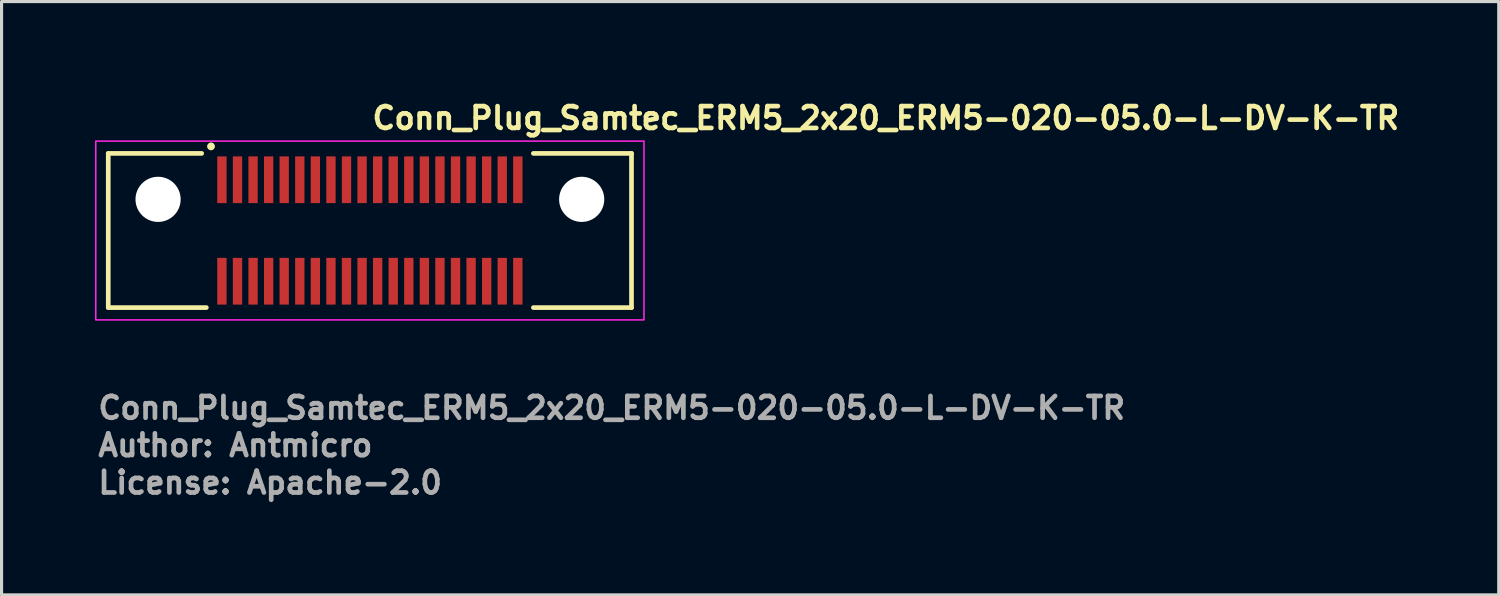
<source format=kicad_pcb>
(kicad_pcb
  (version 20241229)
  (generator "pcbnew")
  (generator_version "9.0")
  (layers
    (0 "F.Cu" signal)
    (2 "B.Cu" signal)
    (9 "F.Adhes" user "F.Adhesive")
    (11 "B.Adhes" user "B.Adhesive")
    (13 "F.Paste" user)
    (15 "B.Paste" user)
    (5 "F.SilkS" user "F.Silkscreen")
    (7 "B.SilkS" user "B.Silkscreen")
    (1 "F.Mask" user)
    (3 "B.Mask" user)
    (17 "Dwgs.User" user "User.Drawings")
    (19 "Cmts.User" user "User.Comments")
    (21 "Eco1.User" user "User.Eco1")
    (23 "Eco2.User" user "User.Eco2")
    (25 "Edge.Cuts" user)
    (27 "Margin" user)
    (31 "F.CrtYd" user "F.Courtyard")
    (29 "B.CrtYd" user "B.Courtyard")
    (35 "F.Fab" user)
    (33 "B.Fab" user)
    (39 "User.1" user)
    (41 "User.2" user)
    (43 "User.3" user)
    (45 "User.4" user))
  (footprint "Conn_Plug_Samtec_ERM5_2x20_ERM5-020-05.0-L-DV-K-TR"
    (layer "F.Cu")
    (at 8.825 4.35)
    (property "Reference" "Conn_Plug_Samtec_ERM5_2x20_ERM5-020-05.0-L-DV-K-TR" (at 0 -3.2 0) (layer "F.SilkS") (effects (font (size 0.7 0.7) (thickness 0.15)) (justify left bottom)))
    (attr smd)
    (fp_line (start -8.4 -2.475) (end -8.4 2.475) (stroke (width 0.15) (type solid)) (layer "F.SilkS"))
    (fp_line (start -8.4 -2.475) (end -5.4 -2.475) (stroke (width 0.15) (type solid)) (layer "F.SilkS"))
    (fp_line (start -8.4 2.475) (end -5.25 2.475) (stroke (width 0.15) (type solid)) (layer "F.SilkS"))
    (fp_line (start 8.4 -2.475) (end 5.25 -2.475) (stroke (width 0.15) (type solid)) (layer "F.SilkS"))
    (fp_line (start 8.4 -2.475) (end 8.4 2.475) (stroke (width 0.15) (type solid)) (layer "F.SilkS"))
    (fp_line (start 8.4 2.475) (end 5.25 2.475) (stroke (width 0.15) (type solid)) (layer "F.SilkS"))
    (fp_circle (center -5.1 -2.7) (end -5.05 -2.7) (stroke (width 0.15) (type solid)) (fill yes) (layer "F.SilkS"))
    (fp_rect (start -8.8 -2.87) (end 8.8 2.87) (stroke (width 0.05) (type solid)) (fill no) (layer "F.CrtYd"))
    (fp_rect (start -8.4 -2.475) (end 8.4 2.475) (stroke (width 0.1) (type solid)) (fill no) (layer "User.5"))
    (fp_line (start -8.4 -0.975) (end -8.4 2.475) (stroke (width 0.02) (type solid)) (layer "User.9"))
    (fp_line (start -8.4 2.475) (end 8.4 2.475) (stroke (width 0.02) (type solid)) (layer "User.9"))
    (fp_line (start -7.5 0.525) (end -7.5 -0.525) (stroke (width 0.02) (type solid)) (layer "User.9"))
    (fp_line (start -7.5 0.525) (end -7.095 0.929) (stroke (width 0.02) (type solid)) (layer "User.9"))
    (fp_line (start -7.095 -0.929) (end -7.5 -0.525) (stroke (width 0.02) (type solid)) (layer "User.9"))
    (fp_line (start -7.095 0.929) (end -6.8 1.225) (stroke (width 0.02) (type solid)) (layer "User.9"))
    (fp_line (start -7.095 0.929) (end -6.572 0.301) (stroke (width 0.02) (type solid)) (layer "User.9"))
    (fp_line (start -6.9 -2.475) (end -8.4 -0.975) (stroke (width 0.02) (type solid)) (layer "User.9"))
    (fp_line (start -6.8 -1.225) (end -7.095 -0.929) (stroke (width 0.02) (type solid)) (layer "User.9"))
    (fp_line (start -6.572 -0.301) (end -7.095 -0.929) (stroke (width 0.02) (type solid)) (layer "User.9"))
    (fp_line (start -6.572 -0.301) (end -6.572 0.301) (stroke (width 0.02) (type solid)) (layer "User.9"))
    (fp_line (start -6.572 0.301) (end -6.335 0.301) (stroke (width 0.02) (type solid)) (layer "User.9"))
    (fp_line (start -6.335 -0.301) (end -6.572 -0.301) (stroke (width 0.02) (type solid)) (layer "User.9"))
    (fp_line (start -6.335 0.301) (end -6.335 -0.301) (stroke (width 0.02) (type solid)) (layer "User.9"))
    (fp_line (start -6.335 0.301) (end -5.7 1.225) (stroke (width 0.02) (type solid)) (layer "User.9"))
    (fp_line (start -5.7 -1.225) (end -6.8 -1.225) (stroke (width 0.02) (type solid)) (layer "User.9"))
    (fp_line (start -5.7 -1.225) (end -6.335 -0.301) (stroke (width 0.02) (type solid)) (layer "User.9"))
    (fp_line (start -5.7 -1.025) (end -5.7 -1.225) (stroke (width 0.02) (type solid)) (layer "User.9"))
    (fp_line (start -5.7 1.025) (end -5.7 -1.025) (stroke (width 0.02) (type solid)) (layer "User.9"))
    (fp_line (start -5.7 1.225) (end -6.8 1.225) (stroke (width 0.02) (type solid)) (layer "User.9"))
    (fp_line (start -5.7 1.225) (end -5.7 1.025) (stroke (width 0.02) (type solid)) (layer "User.9"))
    (fp_line (start -4.849 -1.274) (end -4.849 -1.225) (stroke (width 0.02) (type solid)) (layer "User.9"))
    (fp_line (start -4.849 -1.225) (end -5.7 -1.225) (stroke (width 0.02) (type solid)) (layer "User.9"))
    (fp_line (start -4.849 -1.225) (end -4.849 -1.025) (stroke (width 0.02) (type solid)) (layer "User.9"))
    (fp_line (start -4.849 -1.025) (end -4.849 1.025) (stroke (width 0.02) (type solid)) (layer "User.9"))
    (fp_line (start -4.849 1.025) (end -4.849 1.225) (stroke (width 0.02) (type solid)) (layer "User.9"))
    (fp_line (start -4.849 1.225) (end -5.7 1.225) (stroke (width 0.02) (type solid)) (layer "User.9"))
    (fp_line (start -4.849 1.225) (end -4.849 1.274) (stroke (width 0.02) (type solid)) (layer "User.9"))
    (fp_line (start -4.65 -1.274) (end -4.849 -1.274) (stroke (width 0.02) (type solid)) (layer "User.9"))
    (fp_line (start -4.65 -1.225) (end -4.65 -1.274) (stroke (width 0.02) (type solid)) (layer "User.9"))
    (fp_line (start -4.65 -1.225) (end -4.65 -1.025) (stroke (width 0.02) (type solid)) (layer "User.9"))
    (fp_line (start -4.65 -1.025) (end -4.65 1.025) (stroke (width 0.02) (type solid)) (layer "User.9"))
    (fp_line (start -4.65 -0.925) (end -4.849 -0.925) (stroke (width 0.02) (type solid)) (layer "User.9"))
    (fp_line (start -4.65 -0.838) (end -4.849 -0.838) (stroke (width 0.02) (type solid)) (layer "User.9"))
    (fp_line (start -4.65 -0.2) (end -4.849 -0.2) (stroke (width 0.02) (type solid)) (layer "User.9"))
    (fp_line (start -4.65 0.2) (end -4.849 0.2) (stroke (width 0.02) (type solid)) (layer "User.9"))
    (fp_line (start -4.65 0.838) (end -4.849 0.838) (stroke (width 0.02) (type solid)) (layer "User.9"))
    (fp_line (start -4.65 0.925) (end -4.849 0.925) (stroke (width 0.02) (type solid)) (layer "User.9"))
    (fp_line (start -4.65 1.025) (end -4.65 1.225) (stroke (width 0.02) (type solid)) (layer "User.9"))
    (fp_line (start -4.65 1.225) (end -4.65 1.274) (stroke (width 0.02) (type solid)) (layer "User.9"))
    (fp_line (start -4.65 1.274) (end -4.849 1.274) (stroke (width 0.02) (type solid)) (layer "User.9"))
    (fp_line (start -4.35 -1.274) (end -4.35 -1.225) (stroke (width 0.02) (type solid)) (layer "User.9"))
    (fp_line (start -4.35 -1.225) (end -4.65 -1.225) (stroke (width 0.02) (type solid)) (layer "User.9"))
    (fp_line (start -4.35 -1.225) (end -4.35 -1.025) (stroke (width 0.02) (type solid)) (layer "User.9"))
    (fp_line (start -4.35 -1.025) (end -4.35 1.025) (stroke (width 0.02) (type solid)) (layer "User.9"))
    (fp_line (start -4.35 1.025) (end -4.35 1.225) (stroke (width 0.02) (type solid)) (layer "User.9"))
    (fp_line (start -4.35 1.225) (end -4.65 1.225) (stroke (width 0.02) (type solid)) (layer "User.9"))
    (fp_line (start -4.35 1.274) (end -4.35 1.225) (stroke (width 0.02) (type solid)) (layer "User.9"))
    (fp_line (start -4.15 -1.274) (end -4.35 -1.274) (stroke (width 0.02) (type solid)) (layer "User.9"))
    (fp_line (start -4.15 -1.225) (end -4.15 -1.274) (stroke (width 0.02) (type solid)) (layer "User.9"))
    (fp_line (start -4.15 -1.225) (end -4.15 -1.025) (stroke (width 0.02) (type solid)) (layer "User.9"))
    (fp_line (start -4.15 -1.025) (end -4.15 1.025) (stroke (width 0.02) (type solid)) (layer "User.9"))
    (fp_line (start -4.15 -0.925) (end -4.35 -0.925) (stroke (width 0.02) (type solid)) (layer "User.9"))
    (fp_line (start -4.15 -0.838) (end -4.35 -0.838) (stroke (width 0.02) (type solid)) (layer "User.9"))
    (fp_line (start -4.15 -0.2) (end -4.35 -0.2) (stroke (width 0.02) (type solid)) (layer "User.9"))
    (fp_line (start -4.15 0.2) (end -4.35 0.2) (stroke (width 0.02) (type solid)) (layer "User.9"))
    (fp_line (start -4.15 0.838) (end -4.35 0.838) (stroke (width 0.02) (type solid)) (layer "User.9"))
    (fp_line (start -4.15 0.925) (end -4.35 0.925) (stroke (width 0.02) (type solid)) (layer "User.9"))
    (fp_line (start -4.15 1.025) (end -4.15 1.225) (stroke (width 0.02) (type solid)) (layer "User.9"))
    (fp_line (start -4.15 1.225) (end -4.15 1.274) (stroke (width 0.02) (type solid)) (layer "User.9"))
    (fp_line (start -4.15 1.274) (end -4.35 1.274) (stroke (width 0.02) (type solid)) (layer "User.9"))
    (fp_line (start -3.85 -1.274) (end -3.85 -1.225) (stroke (width 0.02) (type solid)) (layer "User.9"))
    (fp_line (start -3.85 -1.225) (end -4.15 -1.225) (stroke (width 0.02) (type solid)) (layer "User.9"))
    (fp_line (start -3.85 -1.225) (end -3.85 -1.025) (stroke (width 0.02) (type solid)) (layer "User.9"))
    (fp_line (start -3.85 -1.025) (end -3.85 1.025) (stroke (width 0.02) (type solid)) (layer "User.9"))
    (fp_line (start -3.85 1.025) (end -3.85 1.225) (stroke (width 0.02) (type solid)) (layer "User.9"))
    (fp_line (start -3.85 1.225) (end -4.15 1.225) (stroke (width 0.02) (type solid)) (layer "User.9"))
    (fp_line (start -3.85 1.274) (end -3.85 1.225) (stroke (width 0.02) (type solid)) (layer "User.9"))
    (fp_line (start -3.65 -1.274) (end -3.85 -1.274) (stroke (width 0.02) (type solid)) (layer "User.9"))
    (fp_line (start -3.65 -1.225) (end -3.65 -1.274) (stroke (width 0.02) (type solid)) (layer "User.9"))
    (fp_line (start -3.65 -1.225) (end -3.65 -1.025) (stroke (width 0.02) (type solid)) (layer "User.9"))
    (fp_line (start -3.65 -1.025) (end -3.65 1.025) (stroke (width 0.02) (type solid)) (layer "User.9"))
    (fp_line (start -3.65 -0.925) (end -3.85 -0.925) (stroke (width 0.02) (type solid)) (layer "User.9"))
    (fp_line (start -3.65 -0.838) (end -3.85 -0.838) (stroke (width 0.02) (type solid)) (layer "User.9"))
    (fp_line (start -3.65 -0.2) (end -3.85 -0.2) (stroke (width 0.02) (type solid)) (layer "User.9"))
    (fp_line (start -3.65 0.2) (end -3.85 0.2) (stroke (width 0.02) (type solid)) (layer "User.9"))
    (fp_line (start -3.65 0.838) (end -3.85 0.838) (stroke (width 0.02) (type solid)) (layer "User.9"))
    (fp_line (start -3.65 0.925) (end -3.85 0.925) (stroke (width 0.02) (type solid)) (layer "User.9"))
    (fp_line (start -3.65 1.025) (end -3.65 1.225) (stroke (width 0.02) (type solid)) (layer "User.9"))
    (fp_line (start -3.65 1.225) (end -3.65 1.274) (stroke (width 0.02) (type solid)) (layer "User.9"))
    (fp_line (start -3.65 1.274) (end -3.85 1.274) (stroke (width 0.02) (type solid)) (layer "User.9"))
    (fp_line (start -3.35 -1.274) (end -3.35 -1.225) (stroke (width 0.02) (type solid)) (layer "User.9"))
    (fp_line (start -3.35 -1.225) (end -3.65 -1.225) (stroke (width 0.02) (type solid)) (layer "User.9"))
    (fp_line (start -3.35 -1.225) (end -3.35 -1.025) (stroke (width 0.02) (type solid)) (layer "User.9"))
    (fp_line (start -3.35 -1.025) (end -3.35 1.025) (stroke (width 0.02) (type solid)) (layer "User.9"))
    (fp_line (start -3.35 1.025) (end -3.35 1.225) (stroke (width 0.02) (type solid)) (layer "User.9"))
    (fp_line (start -3.35 1.225) (end -3.65 1.225) (stroke (width 0.02) (type solid)) (layer "User.9"))
    (fp_line (start -3.35 1.274) (end -3.35 1.225) (stroke (width 0.02) (type solid)) (layer "User.9"))
    (fp_line (start -3.15 -1.274) (end -3.35 -1.274) (stroke (width 0.02) (type solid)) (layer "User.9"))
    (fp_line (start -3.15 -1.225) (end -3.15 -1.274) (stroke (width 0.02) (type solid)) (layer "User.9"))
    (fp_line (start -3.15 -1.225) (end -3.15 -1.025) (stroke (width 0.02) (type solid)) (layer "User.9"))
    (fp_line (start -3.15 -1.025) (end -3.15 1.025) (stroke (width 0.02) (type solid)) (layer "User.9"))
    (fp_line (start -3.15 -0.925) (end -3.35 -0.925) (stroke (width 0.02) (type solid)) (layer "User.9"))
    (fp_line (start -3.15 -0.838) (end -3.35 -0.838) (stroke (width 0.02) (type solid)) (layer "User.9"))
    (fp_line (start -3.15 -0.2) (end -3.35 -0.2) (stroke (width 0.02) (type solid)) (layer "User.9"))
    (fp_line (start -3.15 0.2) (end -3.35 0.2) (stroke (width 0.02) (type solid)) (layer "User.9"))
    (fp_line (start -3.15 0.838) (end -3.35 0.838) (stroke (width 0.02) (type solid)) (layer "User.9"))
    (fp_line (start -3.15 0.925) (end -3.35 0.925) (stroke (width 0.02) (type solid)) (layer "User.9"))
    (fp_line (start -3.15 1.025) (end -3.15 1.225) (stroke (width 0.02) (type solid)) (layer "User.9"))
    (fp_line (start -3.15 1.225) (end -3.15 1.274) (stroke (width 0.02) (type solid)) (layer "User.9"))
    (fp_line (start -3.15 1.274) (end -3.35 1.274) (stroke (width 0.02) (type solid)) (layer "User.9"))
    (fp_line (start -2.85 -1.274) (end -2.85 -1.225) (stroke (width 0.02) (type solid)) (layer "User.9"))
    (fp_line (start -2.85 -1.225) (end -3.15 -1.225) (stroke (width 0.02) (type solid)) (layer "User.9"))
    (fp_line (start -2.85 -1.225) (end -2.85 -1.025) (stroke (width 0.02) (type solid)) (layer "User.9"))
    (fp_line (start -2.85 -1.025) (end -2.85 1.025) (stroke (width 0.02) (type solid)) (layer "User.9"))
    (fp_line (start -2.85 1.025) (end -2.85 1.225) (stroke (width 0.02) (type solid)) (layer "User.9"))
    (fp_line (start -2.85 1.225) (end -3.15 1.225) (stroke (width 0.02) (type solid)) (layer "User.9"))
    (fp_line (start -2.85 1.274) (end -2.85 1.225) (stroke (width 0.02) (type solid)) (layer "User.9"))
    (fp_line (start -2.65 -1.274) (end -2.85 -1.274) (stroke (width 0.02) (type solid)) (layer "User.9"))
    (fp_line (start -2.65 -1.225) (end -2.65 -1.274) (stroke (width 0.02) (type solid)) (layer "User.9"))
    (fp_line (start -2.65 -1.225) (end -2.65 -1.025) (stroke (width 0.02) (type solid)) (layer "User.9"))
    (fp_line (start -2.65 -1.025) (end -2.65 1.025) (stroke (width 0.02) (type solid)) (layer "User.9"))
    (fp_line (start -2.65 -0.925) (end -2.85 -0.925) (stroke (width 0.02) (type solid)) (layer "User.9"))
    (fp_line (start -2.65 -0.838) (end -2.85 -0.838) (stroke (width 0.02) (type solid)) (layer "User.9"))
    (fp_line (start -2.65 -0.2) (end -2.85 -0.2) (stroke (width 0.02) (type solid)) (layer "User.9"))
    (fp_line (start -2.65 0.2) (end -2.85 0.2) (stroke (width 0.02) (type solid)) (layer "User.9"))
    (fp_line (start -2.65 0.838) (end -2.85 0.838) (stroke (width 0.02) (type solid)) (layer "User.9"))
    (fp_line (start -2.65 0.925) (end -2.85 0.925) (stroke (width 0.02) (type solid)) (layer "User.9"))
    (fp_line (start -2.65 1.025) (end -2.65 1.225) (stroke (width 0.02) (type solid)) (layer "User.9"))
    (fp_line (start -2.65 1.225) (end -2.65 1.274) (stroke (width 0.02) (type solid)) (layer "User.9"))
    (fp_line (start -2.65 1.274) (end -2.85 1.274) (stroke (width 0.02) (type solid)) (layer "User.9"))
    (fp_line (start -2.35 -1.274) (end -2.35 -1.225) (stroke (width 0.02) (type solid)) (layer "User.9"))
    (fp_line (start -2.35 -1.225) (end -2.65 -1.225) (stroke (width 0.02) (type solid)) (layer "User.9"))
    (fp_line (start -2.35 -1.225) (end -2.35 -1.025) (stroke (width 0.02) (type solid)) (layer "User.9"))
    (fp_line (start -2.35 -1.025) (end -2.35 1.025) (stroke (width 0.02) (type solid)) (layer "User.9"))
    (fp_line (start -2.35 1.025) (end -2.35 1.225) (stroke (width 0.02) (type solid)) (layer "User.9"))
    (fp_line (start -2.35 1.225) (end -2.65 1.225) (stroke (width 0.02) (type solid)) (layer "User.9"))
    (fp_line (start -2.35 1.274) (end -2.35 1.225) (stroke (width 0.02) (type solid)) (layer "User.9"))
    (fp_line (start -2.15 -1.274) (end -2.35 -1.274) (stroke (width 0.02) (type solid)) (layer "User.9"))
    (fp_line (start -2.15 -1.225) (end -2.15 -1.274) (stroke (width 0.02) (type solid)) (layer "User.9"))
    (fp_line (start -2.15 -1.225) (end -2.15 -1.025) (stroke (width 0.02) (type solid)) (layer "User.9"))
    (fp_line (start -2.15 -1.025) (end -2.15 1.025) (stroke (width 0.02) (type solid)) (layer "User.9"))
    (fp_line (start -2.15 -0.925) (end -2.35 -0.925) (stroke (width 0.02) (type solid)) (layer "User.9"))
    (fp_line (start -2.15 -0.838) (end -2.35 -0.838) (stroke (width 0.02) (type solid)) (layer "User.9"))
    (fp_line (start -2.15 -0.2) (end -2.35 -0.2) (stroke (width 0.02) (type solid)) (layer "User.9"))
    (fp_line (start -2.15 0.2) (end -2.35 0.2) (stroke (width 0.02) (type solid)) (layer "User.9"))
    (fp_line (start -2.15 0.838) (end -2.35 0.838) (stroke (width 0.02) (type solid)) (layer "User.9"))
    (fp_line (start -2.15 0.925) (end -2.35 0.925) (stroke (width 0.02) (type solid)) (layer "User.9"))
    (fp_line (start -2.15 1.025) (end -2.15 1.225) (stroke (width 0.02) (type solid)) (layer "User.9"))
    (fp_line (start -2.15 1.225) (end -2.15 1.274) (stroke (width 0.02) (type solid)) (layer "User.9"))
    (fp_line (start -2.15 1.274) (end -2.35 1.274) (stroke (width 0.02) (type solid)) (layer "User.9"))
    (fp_line (start -1.85 -1.274) (end -1.85 -1.225) (stroke (width 0.02) (type solid)) (layer "User.9"))
    (fp_line (start -1.85 -1.225) (end -2.15 -1.225) (stroke (width 0.02) (type solid)) (layer "User.9"))
    (fp_line (start -1.85 -1.225) (end -1.85 -1.025) (stroke (width 0.02) (type solid)) (layer "User.9"))
    (fp_line (start -1.85 -1.025) (end -1.85 1.025) (stroke (width 0.02) (type solid)) (layer "User.9"))
    (fp_line (start -1.85 1.025) (end -1.85 1.225) (stroke (width 0.02) (type solid)) (layer "User.9"))
    (fp_line (start -1.85 1.225) (end -2.15 1.225) (stroke (width 0.02) (type solid)) (layer "User.9"))
    (fp_line (start -1.85 1.274) (end -1.85 1.225) (stroke (width 0.02) (type solid)) (layer "User.9"))
    (fp_line (start -1.75 0) (end -1.75 0) (stroke (width 0.02) (type solid)) (layer "User.9"))
    (fp_line (start -1.75 0) (end -1.747 0.09) (stroke (width 0.02) (type solid)) (layer "User.9"))
    (fp_line (start -1.747 -0.09) (end -1.75 0) (stroke (width 0.02) (type solid)) (layer "User.9"))
    (fp_line (start -1.747 0.09) (end -1.74 0.178) (stroke (width 0.02) (type solid)) (layer "User.9"))
    (fp_line (start -1.74 -0.178) (end -1.747 -0.09) (stroke (width 0.02) (type solid)) (layer "User.9"))
    (fp_line (start -1.74 0.178) (end -1.729 0.266) (stroke (width 0.02) (type solid)) (layer "User.9"))
    (fp_line (start -1.738 -0.2) (end -1.85 -0.2) (stroke (width 0.02) (type solid)) (layer "User.9"))
    (fp_line (start -1.738 0.2) (end -1.85 0.2) (stroke (width 0.02) (type solid)) (layer "User.9"))
    (fp_line (start -1.729 -0.266) (end -1.74 -0.178) (stroke (width 0.02) (type solid)) (layer "User.9"))
    (fp_line (start -1.729 0.266) (end -1.714 0.352) (stroke (width 0.02) (type solid)) (layer "User.9"))
    (fp_line (start -1.714 -0.352) (end -1.729 -0.266) (stroke (width 0.02) (type solid)) (layer "User.9"))
    (fp_line (start -1.714 0.352) (end -1.694 0.437) (stroke (width 0.02) (type solid)) (layer "User.9"))
    (fp_line (start -1.694 -0.437) (end -1.714 -0.352) (stroke (width 0.02) (type solid)) (layer "User.9"))
    (fp_line (start -1.694 0.437) (end -1.671 0.52) (stroke (width 0.02) (type solid)) (layer "User.9"))
    (fp_line (start -1.671 -0.52) (end -1.694 -0.437) (stroke (width 0.02) (type solid)) (layer "User.9"))
    (fp_line (start -1.671 0.52) (end -1.643 0.601) (stroke (width 0.02) (type solid)) (layer "User.9"))
    (fp_line (start -1.649 -1.274) (end -1.85 -1.274) (stroke (width 0.02) (type solid)) (layer "User.9"))
    (fp_line (start -1.649 -1.225) (end -1.649 -1.274) (stroke (width 0.02) (type solid)) (layer "User.9"))
    (fp_line (start -1.649 -1.225) (end -1.649 -1.025) (stroke (width 0.02) (type solid)) (layer "User.9"))
    (fp_line (start -1.649 -1.025) (end -1.649 -0.583) (stroke (width 0.02) (type solid)) (layer "User.9"))
    (fp_line (start -1.649 -0.925) (end -1.85 -0.925) (stroke (width 0.02) (type solid)) (layer "User.9"))
    (fp_line (start -1.649 -0.838) (end -1.85 -0.838) (stroke (width 0.02) (type solid)) (layer "User.9"))
    (fp_line (start -1.649 0.583) (end -1.649 1.025) (stroke (width 0.02) (type solid)) (layer "User.9"))
    (fp_line (start -1.649 0.838) (end -1.85 0.838) (stroke (width 0.02) (type solid)) (layer "User.9"))
    (fp_line (start -1.649 0.925) (end -1.85 0.925) (stroke (width 0.02) (type solid)) (layer "User.9"))
    (fp_line (start -1.649 1.025) (end -1.649 1.225) (stroke (width 0.02) (type solid)) (layer "User.9"))
    (fp_line (start -1.649 1.225) (end -1.649 1.274) (stroke (width 0.02) (type solid)) (layer "User.9"))
    (fp_line (start -1.649 1.274) (end -1.85 1.274) (stroke (width 0.02) (type solid)) (layer "User.9"))
    (fp_line (start -1.643 -0.601) (end -1.671 -0.52) (stroke (width 0.02) (type solid)) (layer "User.9"))
    (fp_line (start -1.643 0.601) (end -1.612 0.681) (stroke (width 0.02) (type solid)) (layer "User.9"))
    (fp_line (start -1.612 -0.681) (end -1.643 -0.601) (stroke (width 0.02) (type solid)) (layer "User.9"))
    (fp_line (start -1.612 0.681) (end -1.577 0.758) (stroke (width 0.02) (type solid)) (layer "User.9"))
    (fp_line (start -1.577 -0.758) (end -1.612 -0.681) (stroke (width 0.02) (type solid)) (layer "User.9"))
    (fp_line (start -1.577 0.758) (end -1.538 0.834) (stroke (width 0.02) (type solid)) (layer "User.9"))
    (fp_line (start -1.538 -0.834) (end -1.577 -0.758) (stroke (width 0.02) (type solid)) (layer "User.9"))
    (fp_line (start -1.538 0.834) (end -1.496 0.907) (stroke (width 0.02) (type solid)) (layer "User.9"))
    (fp_line (start -1.496 -0.907) (end -1.538 -0.834) (stroke (width 0.02) (type solid)) (layer "User.9"))
    (fp_line (start -1.496 0.907) (end -1.451 0.978) (stroke (width 0.02) (type solid)) (layer "User.9"))
    (fp_line (start -1.451 -0.978) (end -1.496 -0.907) (stroke (width 0.02) (type solid)) (layer "User.9"))
    (fp_line (start -1.451 0.978) (end -1.402 1.047) (stroke (width 0.02) (type solid)) (layer "User.9"))
    (fp_line (start -1.402 -1.047) (end -1.451 -0.978) (stroke (width 0.02) (type solid)) (layer "User.9"))
    (fp_line (start -1.402 1.047) (end -1.35 1.113) (stroke (width 0.02) (type solid)) (layer "User.9"))
    (fp_line (start -1.35 -1.274) (end -1.35 -1.225) (stroke (width 0.02) (type solid)) (layer "User.9"))
    (fp_line (start -1.35 -1.225) (end -1.649 -1.225) (stroke (width 0.02) (type solid)) (layer "User.9"))
    (fp_line (start -1.35 -1.225) (end -1.35 -1.113) (stroke (width 0.02) (type solid)) (layer "User.9"))
    (fp_line (start -1.35 -1.113) (end -1.402 -1.047) (stroke (width 0.02) (type solid)) (layer "User.9"))
    (fp_line (start -1.35 1.113) (end -1.35 1.225) (stroke (width 0.02) (type solid)) (layer "User.9"))
    (fp_line (start -1.35 1.113) (end -1.295 1.176) (stroke (width 0.02) (type solid)) (layer "User.9"))
    (fp_line (start -1.35 1.225) (end -1.649 1.225) (stroke (width 0.02) (type solid)) (layer "User.9"))
    (fp_line (start -1.35 1.274) (end -1.35 1.225) (stroke (width 0.02) (type solid)) (layer "User.9"))
    (fp_line (start -1.295 -1.176) (end -1.35 -1.113) (stroke (width 0.02) (type solid)) (layer "User.9"))
    (fp_line (start -1.295 1.176) (end -1.237 1.237) (stroke (width 0.02) (type solid)) (layer "User.9"))
    (fp_line (start -1.237 -1.237) (end -1.295 -1.176) (stroke (width 0.02) (type solid)) (layer "User.9"))
    (fp_line (start -1.237 1.237) (end -1.176 1.295) (stroke (width 0.02) (type solid)) (layer "User.9"))
    (fp_line (start -1.198 -1.274) (end -1.35 -1.274) (stroke (width 0.02) (type solid)) (layer "User.9"))
    (fp_line (start -1.198 1.274) (end -1.35 1.274) (stroke (width 0.02) (type solid)) (layer "User.9"))
    (fp_line (start -1.176 -1.295) (end -1.237 -1.237) (stroke (width 0.02) (type solid)) (layer "User.9"))
    (fp_line (start -1.176 1.295) (end -1.113 1.35) (stroke (width 0.02) (type solid)) (layer "User.9"))
    (fp_line (start -1.113 -1.35) (end -1.176 -1.295) (stroke (width 0.02) (type solid)) (layer "User.9"))
    (fp_line (start -1.113 1.35) (end -1.047 1.402) (stroke (width 0.02) (type solid)) (layer "User.9"))
    (fp_line (start -1.047 -1.402) (end -1.113 -1.35) (stroke (width 0.02) (type solid)) (layer "User.9"))
    (fp_line (start -1.047 1.402) (end -0.978 1.451) (stroke (width 0.02) (type solid)) (layer "User.9"))
    (fp_line (start -0.978 -1.451) (end -1.047 -1.402) (stroke (width 0.02) (type solid)) (layer "User.9"))
    (fp_line (start -0.978 1.451) (end -0.907 1.496) (stroke (width 0.02) (type solid)) (layer "User.9"))
    (fp_line (start -0.907 -1.496) (end -0.978 -1.451) (stroke (width 0.02) (type solid)) (layer "User.9"))
    (fp_line (start -0.907 1.496) (end -0.834 1.538) (stroke (width 0.02) (type solid)) (layer "User.9"))
    (fp_line (start -0.834 -1.538) (end -0.907 -1.496) (stroke (width 0.02) (type solid)) (layer "User.9"))
    (fp_line (start -0.834 1.538) (end -0.758 1.577) (stroke (width 0.02) (type solid)) (layer "User.9"))
    (fp_line (start -0.758 -1.577) (end -0.834 -1.538) (stroke (width 0.02) (type solid)) (layer "User.9"))
    (fp_line (start -0.758 1.577) (end -0.681 1.612) (stroke (width 0.02) (type solid)) (layer "User.9"))
    (fp_line (start -0.681 -1.612) (end -0.758 -1.577) (stroke (width 0.02) (type solid)) (layer "User.9"))
    (fp_line (start -0.681 1.612) (end -0.601 1.643) (stroke (width 0.02) (type solid)) (layer "User.9"))
    (fp_line (start -0.601 -1.643) (end -0.681 -1.612) (stroke (width 0.02) (type solid)) (layer "User.9"))
    (fp_line (start -0.601 1.643) (end -0.52 1.671) (stroke (width 0.02) (type solid)) (layer "User.9"))
    (fp_line (start -0.52 -1.671) (end -0.601 -1.643) (stroke (width 0.02) (type solid)) (layer "User.9"))
    (fp_line (start -0.52 1.671) (end -0.437 1.694) (stroke (width 0.02) (type solid)) (layer "User.9"))
    (fp_line (start -0.437 -1.694) (end -0.52 -1.671) (stroke (width 0.02) (type solid)) (layer "User.9"))
    (fp_line (start -0.437 1.694) (end -0.352 1.714) (stroke (width 0.02) (type solid)) (layer "User.9"))
    (fp_line (start -0.352 -1.714) (end -0.437 -1.694) (stroke (width 0.02) (type solid)) (layer "User.9"))
    (fp_line (start -0.352 1.714) (end -0.266 1.729) (stroke (width 0.02) (type solid)) (layer "User.9"))
    (fp_line (start -0.266 -1.729) (end -0.352 -1.714) (stroke (width 0.02) (type solid)) (layer "User.9"))
    (fp_line (start -0.266 1.729) (end -0.178 1.74) (stroke (width 0.02) (type solid)) (layer "User.9"))
    (fp_line (start -0.178 -1.74) (end -0.266 -1.729) (stroke (width 0.02) (type solid)) (layer "User.9"))
    (fp_line (start -0.178 1.74) (end -0.09 1.747) (stroke (width 0.02) (type solid)) (layer "User.9"))
    (fp_line (start -0.09 -1.747) (end -0.178 -1.74) (stroke (width 0.02) (type solid)) (layer "User.9"))
    (fp_line (start -0.09 1.747) (end 0 1.75) (stroke (width 0.02) (type solid)) (layer "User.9"))
    (fp_line (start 0 -1.75) (end -0.09 -1.747) (stroke (width 0.02) (type solid)) (layer "User.9"))
    (fp_line (start 0 -1.75) (end 0 -1.75) (stroke (width 0.02) (type solid)) (layer "User.9"))
    (fp_line (start 0 1.75) (end 0 1.75) (stroke (width 0.02) (type solid)) (layer "User.9"))
    (fp_line (start 0 1.75) (end 0.09 1.747) (stroke (width 0.02) (type solid)) (layer "User.9"))
    (fp_line (start 0.09 -1.747) (end 0 -1.75) (stroke (width 0.02) (type solid)) (layer "User.9"))
    (fp_line (start 0.09 1.747) (end 0.178 1.74) (stroke (width 0.02) (type solid)) (layer "User.9"))
    (fp_line (start 0.178 -1.74) (end 0.09 -1.747) (stroke (width 0.02) (type solid)) (layer "User.9"))
    (fp_line (start 0.178 1.74) (end 0.266 1.729) (stroke (width 0.02) (type solid)) (layer "User.9"))
    (fp_line (start 0.266 -1.729) (end 0.178 -1.74) (stroke (width 0.02) (type solid)) (layer "User.9"))
    (fp_line (start 0.266 1.729) (end 0.352 1.714) (stroke (width 0.02) (type solid)) (layer "User.9"))
    (fp_line (start 0.352 -1.714) (end 0.266 -1.729) (stroke (width 0.02) (type solid)) (layer "User.9"))
    (fp_line (start 0.352 1.714) (end 0.437 1.694) (stroke (width 0.02) (type solid)) (layer "User.9"))
    (fp_line (start 0.437 -1.694) (end 0.352 -1.714) (stroke (width 0.02) (type solid)) (layer "User.9"))
    (fp_line (start 0.437 1.694) (end 0.52 1.671) (stroke (width 0.02) (type solid)) (layer "User.9"))
    (fp_line (start 0.52 -1.671) (end 0.437 -1.694) (stroke (width 0.02) (type solid)) (layer "User.9"))
    (fp_line (start 0.52 1.671) (end 0.601 1.643) (stroke (width 0.02) (type solid)) (layer "User.9"))
    (fp_line (start 0.601 -1.643) (end 0.52 -1.671) (stroke (width 0.02) (type solid)) (layer "User.9"))
    (fp_line (start 0.601 1.643) (end 0.681 1.612) (stroke (width 0.02) (type solid)) (layer "User.9"))
    (fp_line (start 0.681 -1.612) (end 0.601 -1.643) (stroke (width 0.02) (type solid)) (layer "User.9"))
    (fp_line (start 0.681 1.612) (end 0.758 1.577) (stroke (width 0.02) (type solid)) (layer "User.9"))
    (fp_line (start 0.758 -1.577) (end 0.681 -1.612) (stroke (width 0.02) (type solid)) (layer "User.9"))
    (fp_line (start 0.758 1.577) (end 0.834 1.538) (stroke (width 0.02) (type solid)) (layer "User.9"))
    (fp_line (start 0.834 -1.538) (end 0.758 -1.577) (stroke (width 0.02) (type solid)) (layer "User.9"))
    (fp_line (start 0.834 1.538) (end 0.907 1.496) (stroke (width 0.02) (type solid)) (layer "User.9"))
    (fp_line (start 0.907 -1.496) (end 0.834 -1.538) (stroke (width 0.02) (type solid)) (layer "User.9"))
    (fp_line (start 0.907 1.496) (end 0.978 1.451) (stroke (width 0.02) (type solid)) (layer "User.9"))
    (fp_line (start 0.978 -1.451) (end 0.907 -1.496) (stroke (width 0.02) (type solid)) (layer "User.9"))
    (fp_line (start 0.978 1.451) (end 1.047 1.402) (stroke (width 0.02) (type solid)) (layer "User.9"))
    (fp_line (start 1.047 -1.402) (end 0.978 -1.451) (stroke (width 0.02) (type solid)) (layer "User.9"))
    (fp_line (start 1.047 1.402) (end 1.113 1.35) (stroke (width 0.02) (type solid)) (layer "User.9"))
    (fp_line (start 1.113 -1.35) (end 1.047 -1.402) (stroke (width 0.02) (type solid)) (layer "User.9"))
    (fp_line (start 1.113 1.35) (end 1.176 1.295) (stroke (width 0.02) (type solid)) (layer "User.9"))
    (fp_line (start 1.176 -1.295) (end 1.113 -1.35) (stroke (width 0.02) (type solid)) (layer "User.9"))
    (fp_line (start 1.176 1.295) (end 1.237 1.237) (stroke (width 0.02) (type solid)) (layer "User.9"))
    (fp_line (start 1.237 -1.237) (end 1.176 -1.295) (stroke (width 0.02) (type solid)) (layer "User.9"))
    (fp_line (start 1.237 1.237) (end 1.295 1.176) (stroke (width 0.02) (type solid)) (layer "User.9"))
    (fp_line (start 1.295 -1.176) (end 1.237 -1.237) (stroke (width 0.02) (type solid)) (layer "User.9"))
    (fp_line (start 1.295 1.176) (end 1.35 1.113) (stroke (width 0.02) (type solid)) (layer "User.9"))
    (fp_line (start 1.35 -1.274) (end 1.198 -1.274) (stroke (width 0.02) (type solid)) (layer "User.9"))
    (fp_line (start 1.35 -1.225) (end 1.35 -1.274) (stroke (width 0.02) (type solid)) (layer "User.9"))
    (fp_line (start 1.35 -1.225) (end 1.35 -1.113) (stroke (width 0.02) (type solid)) (layer "User.9"))
    (fp_line (start 1.35 -1.113) (end 1.295 -1.176) (stroke (width 0.02) (type solid)) (layer "User.9"))
    (fp_line (start 1.35 1.113) (end 1.35 1.225) (stroke (width 0.02) (type solid)) (layer "User.9"))
    (fp_line (start 1.35 1.113) (end 1.402 1.047) (stroke (width 0.02) (type solid)) (layer "User.9"))
    (fp_line (start 1.35 1.225) (end 1.35 1.274) (stroke (width 0.02) (type solid)) (layer "User.9"))
    (fp_line (start 1.35 1.274) (end 1.198 1.274) (stroke (width 0.02) (type solid)) (layer "User.9"))
    (fp_line (start 1.402 -1.047) (end 1.35 -1.113) (stroke (width 0.02) (type solid)) (layer "User.9"))
    (fp_line (start 1.402 1.047) (end 1.451 0.978) (stroke (width 0.02) (type solid)) (layer "User.9"))
    (fp_line (start 1.451 -0.978) (end 1.402 -1.047) (stroke (width 0.02) (type solid)) (layer "User.9"))
    (fp_line (start 1.451 0.978) (end 1.496 0.907) (stroke (width 0.02) (type solid)) (layer "User.9"))
    (fp_line (start 1.496 -0.907) (end 1.451 -0.978) (stroke (width 0.02) (type solid)) (layer "User.9"))
    (fp_line (start 1.496 0.907) (end 1.538 0.834) (stroke (width 0.02) (type solid)) (layer "User.9"))
    (fp_line (start 1.538 -0.834) (end 1.496 -0.907) (stroke (width 0.02) (type solid)) (layer "User.9"))
    (fp_line (start 1.538 0.834) (end 1.577 0.758) (stroke (width 0.02) (type solid)) (layer "User.9"))
    (fp_line (start 1.577 -0.758) (end 1.538 -0.834) (stroke (width 0.02) (type solid)) (layer "User.9"))
    (fp_line (start 1.577 0.758) (end 1.612 0.681) (stroke (width 0.02) (type solid)) (layer "User.9"))
    (fp_line (start 1.612 -0.681) (end 1.577 -0.758) (stroke (width 0.02) (type solid)) (layer "User.9"))
    (fp_line (start 1.612 0.681) (end 1.643 0.601) (stroke (width 0.02) (type solid)) (layer "User.9"))
    (fp_line (start 1.643 -0.601) (end 1.612 -0.681) (stroke (width 0.02) (type solid)) (layer "User.9"))
    (fp_line (start 1.643 0.601) (end 1.671 0.52) (stroke (width 0.02) (type solid)) (layer "User.9"))
    (fp_line (start 1.649 -1.274) (end 1.649 -1.225) (stroke (width 0.02) (type solid)) (layer "User.9"))
    (fp_line (start 1.649 -1.225) (end 1.35 -1.225) (stroke (width 0.02) (type solid)) (layer "User.9"))
    (fp_line (start 1.649 -1.225) (end 1.649 -1.025) (stroke (width 0.02) (type solid)) (layer "User.9"))
    (fp_line (start 1.649 -1.025) (end 1.649 -0.583) (stroke (width 0.02) (type solid)) (layer "User.9"))
    (fp_line (start 1.649 0.583) (end 1.649 1.025) (stroke (width 0.02) (type solid)) (layer "User.9"))
    (fp_line (start 1.649 1.025) (end 1.649 1.225) (stroke (width 0.02) (type solid)) (layer "User.9"))
    (fp_line (start 1.649 1.225) (end 1.35 1.225) (stroke (width 0.02) (type solid)) (layer "User.9"))
    (fp_line (start 1.649 1.274) (end 1.649 1.225) (stroke (width 0.02) (type solid)) (layer "User.9"))
    (fp_line (start 1.671 -0.52) (end 1.643 -0.601) (stroke (width 0.02) (type solid)) (layer "User.9"))
    (fp_line (start 1.671 0.52) (end 1.694 0.437) (stroke (width 0.02) (type solid)) (layer "User.9"))
    (fp_line (start 1.694 -0.437) (end 1.671 -0.52) (stroke (width 0.02) (type solid)) (layer "User.9"))
    (fp_line (start 1.694 0.437) (end 1.714 0.352) (stroke (width 0.02) (type solid)) (layer "User.9"))
    (fp_line (start 1.714 -0.352) (end 1.694 -0.437) (stroke (width 0.02) (type solid)) (layer "User.9"))
    (fp_line (start 1.714 0.352) (end 1.729 0.266) (stroke (width 0.02) (type solid)) (layer "User.9"))
    (fp_line (start 1.729 -0.266) (end 1.714 -0.352) (stroke (width 0.02) (type solid)) (layer "User.9"))
    (fp_line (start 1.729 0.266) (end 1.74 0.178) (stroke (width 0.02) (type solid)) (layer "User.9"))
    (fp_line (start 1.74 -0.178) (end 1.729 -0.266) (stroke (width 0.02) (type solid)) (layer "User.9"))
    (fp_line (start 1.74 0.178) (end 1.747 0.09) (stroke (width 0.02) (type solid)) (layer "User.9"))
    (fp_line (start 1.747 -0.09) (end 1.74 -0.178) (stroke (width 0.02) (type solid)) (layer "User.9"))
    (fp_line (start 1.747 0.09) (end 1.75 0) (stroke (width 0.02) (type solid)) (layer "User.9"))
    (fp_line (start 1.75 0) (end 1.747 -0.09) (stroke (width 0.02) (type solid)) (layer "User.9"))
    (fp_line (start 1.75 0) (end 1.75 0) (stroke (width 0.02) (type solid)) (layer "User.9"))
    (fp_line (start 1.75 0) (end 1.75 0) (stroke (width 0.02) (type solid)) (layer "User.9"))
    (fp_line (start 1.85 -1.274) (end 1.649 -1.274) (stroke (width 0.02) (type solid)) (layer "User.9"))
    (fp_line (start 1.85 -1.225) (end 1.85 -1.274) (stroke (width 0.02) (type solid)) (layer "User.9"))
    (fp_line (start 1.85 -1.225) (end 1.85 -1.025) (stroke (width 0.02) (type solid)) (layer "User.9"))
    (fp_line (start 1.85 -1.025) (end 1.85 1.025) (stroke (width 0.02) (type solid)) (layer "User.9"))
    (fp_line (start 1.85 -0.925) (end 1.649 -0.925) (stroke (width 0.02) (type solid)) (layer "User.9"))
    (fp_line (start 1.85 -0.838) (end 1.649 -0.838) (stroke (width 0.02) (type solid)) (layer "User.9"))
    (fp_line (start 1.85 -0.2) (end 1.738 -0.2) (stroke (width 0.02) (type solid)) (layer "User.9"))
    (fp_line (start 1.85 0.2) (end 1.738 0.2) (stroke (width 0.02) (type solid)) (layer "User.9"))
    (fp_line (start 1.85 0.838) (end 1.649 0.838) (stroke (width 0.02) (type solid)) (layer "User.9"))
    (fp_line (start 1.85 0.925) (end 1.649 0.925) (stroke (width 0.02) (type solid)) (layer "User.9"))
    (fp_line (start 1.85 1.025) (end 1.85 1.225) (stroke (width 0.02) (type solid)) (layer "User.9"))
    (fp_line (start 1.85 1.225) (end 1.85 1.274) (stroke (width 0.02) (type solid)) (layer "User.9"))
    (fp_line (start 1.85 1.274) (end 1.649 1.274) (stroke (width 0.02) (type solid)) (layer "User.9"))
    (fp_line (start 2.15 -1.274) (end 2.15 -1.225) (stroke (width 0.02) (type solid)) (layer "User.9"))
    (fp_line (start 2.15 -1.225) (end 1.85 -1.225) (stroke (width 0.02) (type solid)) (layer "User.9"))
    (fp_line (start 2.15 -1.225) (end 2.15 -1.025) (stroke (width 0.02) (type solid)) (layer "User.9"))
    (fp_line (start 2.15 -1.025) (end 2.15 1.025) (stroke (width 0.02) (type solid)) (layer "User.9"))
    (fp_line (start 2.15 1.025) (end 2.15 1.225) (stroke (width 0.02) (type solid)) (layer "User.9"))
    (fp_line (start 2.15 1.225) (end 1.85 1.225) (stroke (width 0.02) (type solid)) (layer "User.9"))
    (fp_line (start 2.15 1.274) (end 2.15 1.225) (stroke (width 0.02) (type solid)) (layer "User.9"))
    (fp_line (start 2.35 -1.274) (end 2.15 -1.274) (stroke (width 0.02) (type solid)) (layer "User.9"))
    (fp_line (start 2.35 -1.225) (end 2.35 -1.274) (stroke (width 0.02) (type solid)) (layer "User.9"))
    (fp_line (start 2.35 -1.225) (end 2.35 -1.025) (stroke (width 0.02) (type solid)) (layer "User.9"))
    (fp_line (start 2.35 -1.025) (end 2.35 1.025) (stroke (width 0.02) (type solid)) (layer "User.9"))
    (fp_line (start 2.35 -0.925) (end 2.15 -0.925) (stroke (width 0.02) (type solid)) (layer "User.9"))
    (fp_line (start 2.35 -0.838) (end 2.15 -0.838) (stroke (width 0.02) (type solid)) (layer "User.9"))
    (fp_line (start 2.35 -0.2) (end 2.15 -0.2) (stroke (width 0.02) (type solid)) (layer "User.9"))
    (fp_line (start 2.35 0.2) (end 2.15 0.2) (stroke (width 0.02) (type solid)) (layer "User.9"))
    (fp_line (start 2.35 0.838) (end 2.15 0.838) (stroke (width 0.02) (type solid)) (layer "User.9"))
    (fp_line (start 2.35 0.925) (end 2.15 0.925) (stroke (width 0.02) (type solid)) (layer "User.9"))
    (fp_line (start 2.35 1.025) (end 2.35 1.225) (stroke (width 0.02) (type solid)) (layer "User.9"))
    (fp_line (start 2.35 1.225) (end 2.35 1.274) (stroke (width 0.02) (type solid)) (layer "User.9"))
    (fp_line (start 2.35 1.274) (end 2.15 1.274) (stroke (width 0.02) (type solid)) (layer "User.9"))
    (fp_line (start 2.65 -1.274) (end 2.65 -1.225) (stroke (width 0.02) (type solid)) (layer "User.9"))
    (fp_line (start 2.65 -1.225) (end 2.35 -1.225) (stroke (width 0.02) (type solid)) (layer "User.9"))
    (fp_line (start 2.65 -1.225) (end 2.65 -1.025) (stroke (width 0.02) (type solid)) (layer "User.9"))
    (fp_line (start 2.65 -1.025) (end 2.65 1.025) (stroke (width 0.02) (type solid)) (layer "User.9"))
    (fp_line (start 2.65 1.025) (end 2.65 1.225) (stroke (width 0.02) (type solid)) (layer "User.9"))
    (fp_line (start 2.65 1.225) (end 2.35 1.225) (stroke (width 0.02) (type solid)) (layer "User.9"))
    (fp_line (start 2.65 1.274) (end 2.65 1.225) (stroke (width 0.02) (type solid)) (layer "User.9"))
    (fp_line (start 2.85 -1.274) (end 2.65 -1.274) (stroke (width 0.02) (type solid)) (layer "User.9"))
    (fp_line (start 2.85 -1.225) (end 2.85 -1.274) (stroke (width 0.02) (type solid)) (layer "User.9"))
    (fp_line (start 2.85 -1.225) (end 2.85 -1.025) (stroke (width 0.02) (type solid)) (layer "User.9"))
    (fp_line (start 2.85 -1.025) (end 2.85 1.025) (stroke (width 0.02) (type solid)) (layer "User.9"))
    (fp_line (start 2.85 -0.925) (end 2.65 -0.925) (stroke (width 0.02) (type solid)) (layer "User.9"))
    (fp_line (start 2.85 -0.838) (end 2.65 -0.838) (stroke (width 0.02) (type solid)) (layer "User.9"))
    (fp_line (start 2.85 -0.2) (end 2.65 -0.2) (stroke (width 0.02) (type solid)) (layer "User.9"))
    (fp_line (start 2.85 0.2) (end 2.65 0.2) (stroke (width 0.02) (type solid)) (layer "User.9"))
    (fp_line (start 2.85 0.838) (end 2.65 0.838) (stroke (width 0.02) (type solid)) (layer "User.9"))
    (fp_line (start 2.85 0.925) (end 2.65 0.925) (stroke (width 0.02) (type solid)) (layer "User.9"))
    (fp_line (start 2.85 1.025) (end 2.85 1.225) (stroke (width 0.02) (type solid)) (layer "User.9"))
    (fp_line (start 2.85 1.225) (end 2.85 1.274) (stroke (width 0.02) (type solid)) (layer "User.9"))
    (fp_line (start 2.85 1.274) (end 2.65 1.274) (stroke (width 0.02) (type solid)) (layer "User.9"))
    (fp_line (start 3.15 -1.274) (end 3.15 -1.225) (stroke (width 0.02) (type solid)) (layer "User.9"))
    (fp_line (start 3.15 -1.225) (end 2.85 -1.225) (stroke (width 0.02) (type solid)) (layer "User.9"))
    (fp_line (start 3.15 -1.225) (end 3.15 -1.025) (stroke (width 0.02) (type solid)) (layer "User.9"))
    (fp_line (start 3.15 -1.025) (end 3.15 1.025) (stroke (width 0.02) (type solid)) (layer "User.9"))
    (fp_line (start 3.15 1.025) (end 3.15 1.225) (stroke (width 0.02) (type solid)) (layer "User.9"))
    (fp_line (start 3.15 1.225) (end 2.85 1.225) (stroke (width 0.02) (type solid)) (layer "User.9"))
    (fp_line (start 3.15 1.274) (end 3.15 1.225) (stroke (width 0.02) (type solid)) (layer "User.9"))
    (fp_line (start 3.35 -1.274) (end 3.15 -1.274) (stroke (width 0.02) (type solid)) (layer "User.9"))
    (fp_line (start 3.35 -1.225) (end 3.35 -1.274) (stroke (width 0.02) (type solid)) (layer "User.9"))
    (fp_line (start 3.35 -1.225) (end 3.35 -1.025) (stroke (width 0.02) (type solid)) (layer "User.9"))
    (fp_line (start 3.35 -1.025) (end 3.35 1.025) (stroke (width 0.02) (type solid)) (layer "User.9"))
    (fp_line (start 3.35 -0.925) (end 3.15 -0.925) (stroke (width 0.02) (type solid)) (layer "User.9"))
    (fp_line (start 3.35 -0.838) (end 3.15 -0.838) (stroke (width 0.02) (type solid)) (layer "User.9"))
    (fp_line (start 3.35 -0.2) (end 3.15 -0.2) (stroke (width 0.02) (type solid)) (layer "User.9"))
    (fp_line (start 3.35 0.2) (end 3.15 0.2) (stroke (width 0.02) (type solid)) (layer "User.9"))
    (fp_line (start 3.35 0.838) (end 3.15 0.838) (stroke (width 0.02) (type solid)) (layer "User.9"))
    (fp_line (start 3.35 0.925) (end 3.15 0.925) (stroke (width 0.02) (type solid)) (layer "User.9"))
    (fp_line (start 3.35 1.025) (end 3.35 1.225) (stroke (width 0.02) (type solid)) (layer "User.9"))
    (fp_line (start 3.35 1.225) (end 3.35 1.274) (stroke (width 0.02) (type solid)) (layer "User.9"))
    (fp_line (start 3.35 1.274) (end 3.15 1.274) (stroke (width 0.02) (type solid)) (layer "User.9"))
    (fp_line (start 3.65 -1.274) (end 3.65 -1.225) (stroke (width 0.02) (type solid)) (layer "User.9"))
    (fp_line (start 3.65 -1.225) (end 3.35 -1.225) (stroke (width 0.02) (type solid)) (layer "User.9"))
    (fp_line (start 3.65 -1.225) (end 3.65 -1.025) (stroke (width 0.02) (type solid)) (layer "User.9"))
    (fp_line (start 3.65 -1.025) (end 3.65 1.025) (stroke (width 0.02) (type solid)) (layer "User.9"))
    (fp_line (start 3.65 1.025) (end 3.65 1.225) (stroke (width 0.02) (type solid)) (layer "User.9"))
    (fp_line (start 3.65 1.225) (end 3.35 1.225) (stroke (width 0.02) (type solid)) (layer "User.9"))
    (fp_line (start 3.65 1.274) (end 3.65 1.225) (stroke (width 0.02) (type solid)) (layer "User.9"))
    (fp_line (start 3.85 -1.274) (end 3.65 -1.274) (stroke (width 0.02) (type solid)) (layer "User.9"))
    (fp_line (start 3.85 -1.225) (end 3.85 -1.274) (stroke (width 0.02) (type solid)) (layer "User.9"))
    (fp_line (start 3.85 -1.225) (end 3.85 -1.025) (stroke (width 0.02) (type solid)) (layer "User.9"))
    (fp_line (start 3.85 -1.025) (end 3.85 1.025) (stroke (width 0.02) (type solid)) (layer "User.9"))
    (fp_line (start 3.85 -0.925) (end 3.65 -0.925) (stroke (width 0.02) (type solid)) (layer "User.9"))
    (fp_line (start 3.85 -0.838) (end 3.65 -0.838) (stroke (width 0.02) (type solid)) (layer "User.9"))
    (fp_line (start 3.85 -0.2) (end 3.65 -0.2) (stroke (width 0.02) (type solid)) (layer "User.9"))
    (fp_line (start 3.85 0.2) (end 3.65 0.2) (stroke (width 0.02) (type solid)) (layer "User.9"))
    (fp_line (start 3.85 0.838) (end 3.65 0.838) (stroke (width 0.02) (type solid)) (layer "User.9"))
    (fp_line (start 3.85 0.925) (end 3.65 0.925) (stroke (width 0.02) (type solid)) (layer "User.9"))
    (fp_line (start 3.85 1.025) (end 3.85 1.225) (stroke (width 0.02) (type solid)) (layer "User.9"))
    (fp_line (start 3.85 1.225) (end 3.85 1.274) (stroke (width 0.02) (type solid)) (layer "User.9"))
    (fp_line (start 3.85 1.274) (end 3.65 1.274) (stroke (width 0.02) (type solid)) (layer "User.9"))
    (fp_line (start 4.15 -1.274) (end 4.15 -1.225) (stroke (width 0.02) (type solid)) (layer "User.9"))
    (fp_line (start 4.15 -1.225) (end 3.85 -1.225) (stroke (width 0.02) (type solid)) (layer "User.9"))
    (fp_line (start 4.15 -1.225) (end 4.15 -1.025) (stroke (width 0.02) (type solid)) (layer "User.9"))
    (fp_line (start 4.15 -1.025) (end 4.15 1.025) (stroke (width 0.02) (type solid)) (layer "User.9"))
    (fp_line (start 4.15 1.025) (end 4.15 1.225) (stroke (width 0.02) (type solid)) (layer "User.9"))
    (fp_line (start 4.15 1.225) (end 3.85 1.225) (stroke (width 0.02) (type solid)) (layer "User.9"))
    (fp_line (start 4.15 1.274) (end 4.15 1.225) (stroke (width 0.02) (type solid)) (layer "User.9"))
    (fp_line (start 4.35 -1.274) (end 4.15 -1.274) (stroke (width 0.02) (type solid)) (layer "User.9"))
    (fp_line (start 4.35 -1.225) (end 4.35 -1.274) (stroke (width 0.02) (type solid)) (layer "User.9"))
    (fp_line (start 4.35 -1.225) (end 4.35 -1.025) (stroke (width 0.02) (type solid)) (layer "User.9"))
    (fp_line (start 4.35 -1.025) (end 4.35 1.025) (stroke (width 0.02) (type solid)) (layer "User.9"))
    (fp_line (start 4.35 -0.925) (end 4.15 -0.925) (stroke (width 0.02) (type solid)) (layer "User.9"))
    (fp_line (start 4.35 -0.838) (end 4.15 -0.838) (stroke (width 0.02) (type solid)) (layer "User.9"))
    (fp_line (start 4.35 -0.2) (end 4.15 -0.2) (stroke (width 0.02) (type solid)) (layer "User.9"))
    (fp_line (start 4.35 0.2) (end 4.15 0.2) (stroke (width 0.02) (type solid)) (layer "User.9"))
    (fp_line (start 4.35 0.838) (end 4.15 0.838) (stroke (width 0.02) (type solid)) (layer "User.9"))
    (fp_line (start 4.35 0.925) (end 4.15 0.925) (stroke (width 0.02) (type solid)) (layer "User.9"))
    (fp_line (start 4.35 1.025) (end 4.35 1.225) (stroke (width 0.02) (type solid)) (layer "User.9"))
    (fp_line (start 4.35 1.225) (end 4.35 1.274) (stroke (width 0.02) (type solid)) (layer "User.9"))
    (fp_line (start 4.35 1.274) (end 4.15 1.274) (stroke (width 0.02) (type solid)) (layer "User.9"))
    (fp_line (start 4.65 -1.274) (end 4.65 -1.225) (stroke (width 0.02) (type solid)) (layer "User.9"))
    (fp_line (start 4.65 -1.225) (end 4.35 -1.225) (stroke (width 0.02) (type solid)) (layer "User.9"))
    (fp_line (start 4.65 -1.225) (end 4.65 -1.025) (stroke (width 0.02) (type solid)) (layer "User.9"))
    (fp_line (start 4.65 -1.025) (end 4.65 1.025) (stroke (width 0.02) (type solid)) (layer "User.9"))
    (fp_line (start 4.65 1.025) (end 4.65 1.225) (stroke (width 0.02) (type solid)) (layer "User.9"))
    (fp_line (start 4.65 1.225) (end 4.35 1.225) (stroke (width 0.02) (type solid)) (layer "User.9"))
    (fp_line (start 4.65 1.274) (end 4.65 1.225) (stroke (width 0.02) (type solid)) (layer "User.9"))
    (fp_line (start 4.849 -1.274) (end 4.65 -1.274) (stroke (width 0.02) (type solid)) (layer "User.9"))
    (fp_line (start 4.849 -1.274) (end 4.849 -1.225) (stroke (width 0.02) (type solid)) (layer "User.9"))
    (fp_line (start 4.849 -1.225) (end 4.849 -1.025) (stroke (width 0.02) (type solid)) (layer "User.9"))
    (fp_line (start 4.849 -1.025) (end 4.849 1.025) (stroke (width 0.02) (type solid)) (layer "User.9"))
    (fp_line (start 4.849 -0.925) (end 4.65 -0.925) (stroke (width 0.02) (type solid)) (layer "User.9"))
    (fp_line (start 4.849 -0.838) (end 4.65 -0.838) (stroke (width 0.02) (type solid)) (layer "User.9"))
    (fp_line (start 4.849 -0.2) (end 4.65 -0.2) (stroke (width 0.02) (type solid)) (layer "User.9"))
    (fp_line (start 4.849 0.2) (end 4.65 0.2) (stroke (width 0.02) (type solid)) (layer "User.9"))
    (fp_line (start 4.849 0.838) (end 4.65 0.838) (stroke (width 0.02) (type solid)) (layer "User.9"))
    (fp_line (start 4.849 0.925) (end 4.65 0.925) (stroke (width 0.02) (type solid)) (layer "User.9"))
    (fp_line (start 4.849 1.025) (end 4.849 1.225) (stroke (width 0.02) (type solid)) (layer "User.9"))
    (fp_line (start 4.849 1.225) (end 4.849 1.274) (stroke (width 0.02) (type solid)) (layer "User.9"))
    (fp_line (start 4.849 1.274) (end 4.65 1.274) (stroke (width 0.02) (type solid)) (layer "User.9"))
    (fp_line (start 5.7 -1.225) (end 4.849 -1.225) (stroke (width 0.02) (type solid)) (layer "User.9"))
    (fp_line (start 5.7 -1.025) (end 5.7 -1.225) (stroke (width 0.02) (type solid)) (layer "User.9"))
    (fp_line (start 5.7 1.025) (end 5.7 -1.025) (stroke (width 0.02) (type solid)) (layer "User.9"))
    (fp_line (start 5.7 1.225) (end 4.849 1.225) (stroke (width 0.02) (type solid)) (layer "User.9"))
    (fp_line (start 5.7 1.225) (end 5.7 1.025) (stroke (width 0.02) (type solid)) (layer "User.9"))
    (fp_line (start 5.7 1.225) (end 6.335 0.301) (stroke (width 0.02) (type solid)) (layer "User.9"))
    (fp_line (start 6.335 -0.301) (end 5.7 -1.225) (stroke (width 0.02) (type solid)) (layer "User.9"))
    (fp_line (start 6.335 -0.301) (end 6.335 0.301) (stroke (width 0.02) (type solid)) (layer "User.9"))
    (fp_line (start 6.335 0.301) (end 6.572 0.301) (stroke (width 0.02) (type solid)) (layer "User.9"))
    (fp_line (start 6.572 -0.301) (end 6.335 -0.301) (stroke (width 0.02) (type solid)) (layer "User.9"))
    (fp_line (start 6.572 0.301) (end 6.572 -0.301) (stroke (width 0.02) (type solid)) (layer "User.9"))
    (fp_line (start 6.572 0.301) (end 7.339 1.221) (stroke (width 0.02) (type solid)) (layer "User.9"))
    (fp_line (start 7 -0.3) (end 7.5 -0.3) (stroke (width 0.02) (type solid)) (layer "User.9"))
    (fp_line (start 7 0.3) (end 7 -0.3) (stroke (width 0.02) (type solid)) (layer "User.9"))
    (fp_line (start 7.3 -1.225) (end 5.7 -1.225) (stroke (width 0.02) (type solid)) (layer "User.9"))
    (fp_line (start 7.3 1.225) (end 5.7 1.225) (stroke (width 0.02) (type solid)) (layer "User.9"))
    (fp_line (start 7.3 1.225) (end 7.339 1.221) (stroke (width 0.02) (type solid)) (layer "User.9"))
    (fp_line (start 7.339 -1.221) (end 6.572 -0.301) (stroke (width 0.02) (type solid)) (layer "User.9"))
    (fp_line (start 7.339 -1.221) (end 7.3 -1.225) (stroke (width 0.02) (type solid)) (layer "User.9"))
    (fp_line (start 7.339 1.221) (end 7.347 1.219) (stroke (width 0.02) (type solid)) (layer "User.9"))
    (fp_line (start 7.347 -1.219) (end 7.339 -1.221) (stroke (width 0.02) (type solid)) (layer "User.9"))
    (fp_line (start 7.347 1.219) (end 7.356 1.217) (stroke (width 0.02) (type solid)) (layer "User.9"))
    (fp_line (start 7.356 -1.217) (end 7.347 -1.219) (stroke (width 0.02) (type solid)) (layer "User.9"))
    (fp_line (start 7.356 1.217) (end 7.364 1.214) (stroke (width 0.02) (type solid)) (layer "User.9"))
    (fp_line (start 7.364 -1.214) (end 7.356 -1.217) (stroke (width 0.02) (type solid)) (layer "User.9"))
    (fp_line (start 7.364 1.214) (end 7.372 1.211) (stroke (width 0.02) (type solid)) (layer "User.9"))
    (fp_line (start 7.372 -1.211) (end 7.364 -1.214) (stroke (width 0.02) (type solid)) (layer "User.9"))
    (fp_line (start 7.372 1.211) (end 7.38 1.208) (stroke (width 0.02) (type solid)) (layer "User.9"))
    (fp_line (start 7.38 -1.208) (end 7.372 -1.211) (stroke (width 0.02) (type solid)) (layer "User.9"))
    (fp_line (start 7.38 1.208) (end 7.388 1.204) (stroke (width 0.02) (type solid)) (layer "User.9"))
    (fp_line (start 7.388 -1.204) (end 7.38 -1.208) (stroke (width 0.02) (type solid)) (layer "User.9"))
    (fp_line (start 7.388 1.204) (end 7.395 1.2) (stroke (width 0.02) (type solid)) (layer "User.9"))
    (fp_line (start 7.395 -1.2) (end 7.388 -1.204) (stroke (width 0.02) (type solid)) (layer "User.9"))
    (fp_line (start 7.395 1.2) (end 7.402 1.196) (stroke (width 0.02) (type solid)) (layer "User.9"))
    (fp_line (start 7.402 -1.196) (end 7.395 -1.2) (stroke (width 0.02) (type solid)) (layer "User.9"))
    (fp_line (start 7.402 1.196) (end 7.41 1.191) (stroke (width 0.02) (type solid)) (layer "User.9"))
    (fp_line (start 7.41 -1.191) (end 7.402 -1.196) (stroke (width 0.02) (type solid)) (layer "User.9"))
    (fp_line (start 7.41 1.191) (end 7.417 1.186) (stroke (width 0.02) (type solid)) (layer "User.9"))
    (fp_line (start 7.417 -1.186) (end 7.41 -1.191) (stroke (width 0.02) (type solid)) (layer "User.9"))
    (fp_line (start 7.417 1.186) (end 7.423 1.181) (stroke (width 0.02) (type solid)) (layer "User.9"))
    (fp_line (start 7.423 -1.181) (end 7.417 -1.186) (stroke (width 0.02) (type solid)) (layer "User.9"))
    (fp_line (start 7.423 1.181) (end 7.43 1.176) (stroke (width 0.02) (type solid)) (layer "User.9"))
    (fp_line (start 7.43 -1.176) (end 7.423 -1.181) (stroke (width 0.02) (type solid)) (layer "User.9"))
    (fp_line (start 7.43 1.176) (end 7.436 1.17) (stroke (width 0.02) (type solid)) (layer "User.9"))
    (fp_line (start 7.436 1.17) (end 7.442 1.164) (stroke (width 0.02) (type solid)) (layer "User.9"))
    (fp_line (start 7.442 -1.164) (end 7.43 -1.176) (stroke (width 0.02) (type solid)) (layer "User.9"))
    (fp_line (start 7.442 1.164) (end 7.448 1.158) (stroke (width 0.02) (type solid)) (layer "User.9"))
    (fp_line (start 7.448 1.158) (end 7.454 1.151) (stroke (width 0.02) (type solid)) (layer "User.9"))
    (fp_line (start 7.454 -1.151) (end 7.442 -1.164) (stroke (width 0.02) (type solid)) (layer "User.9"))
    (fp_line (start 7.454 1.151) (end 7.459 1.144) (stroke (width 0.02) (type solid)) (layer "User.9"))
    (fp_line (start 7.459 1.144) (end 7.464 1.137) (stroke (width 0.02) (type solid)) (layer "User.9"))
    (fp_line (start 7.464 -1.137) (end 7.454 -1.151) (stroke (width 0.02) (type solid)) (layer "User.9"))
    (fp_line (start 7.464 1.137) (end 7.469 1.13) (stroke (width 0.02) (type solid)) (layer "User.9"))
    (fp_line (start 7.469 1.13) (end 7.473 1.123) (stroke (width 0.02) (type solid)) (layer "User.9"))
    (fp_line (start 7.473 -1.123) (end 7.464 -1.137) (stroke (width 0.02) (type solid)) (layer "User.9"))
    (fp_line (start 7.473 1.123) (end 7.477 1.115) (stroke (width 0.02) (type solid)) (layer "User.9"))
    (fp_line (start 7.477 -1.115) (end 7.473 -1.123) (stroke (width 0.02) (type solid)) (layer "User.9"))
    (fp_line (start 7.477 1.115) (end 7.481 1.108) (stroke (width 0.02) (type solid)) (layer "User.9"))
    (fp_line (start 7.481 -1.108) (end 7.477 -1.115) (stroke (width 0.02) (type solid)) (layer "User.9"))
    (fp_line (start 7.481 1.108) (end 7.485 1.1) (stroke (width 0.02) (type solid)) (layer "User.9"))
    (fp_line (start 7.485 -1.1) (end 7.481 -1.108) (stroke (width 0.02) (type solid)) (layer "User.9"))
    (fp_line (start 7.485 1.1) (end 7.488 1.092) (stroke (width 0.02) (type solid)) (layer "User.9"))
    (fp_line (start 7.488 -1.092) (end 7.485 -1.1) (stroke (width 0.02) (type solid)) (layer "User.9"))
    (fp_line (start 7.488 1.092) (end 7.491 1.084) (stroke (width 0.02) (type solid)) (layer "User.9"))
    (fp_line (start 7.491 -1.084) (end 7.488 -1.092) (stroke (width 0.02) (type solid)) (layer "User.9"))
    (fp_line (start 7.491 1.084) (end 7.493 1.076) (stroke (width 0.02) (type solid)) (layer "User.9"))
    (fp_line (start 7.493 -1.076) (end 7.491 -1.084) (stroke (width 0.02) (type solid)) (layer "User.9"))
    (fp_line (start 7.493 1.076) (end 7.495 1.067) (stroke (width 0.02) (type solid)) (layer "User.9"))
    (fp_line (start 7.495 -1.067) (end 7.493 -1.076) (stroke (width 0.02) (type solid)) (layer "User.9"))
    (fp_line (start 7.495 1.067) (end 7.497 1.059) (stroke (width 0.02) (type solid)) (layer "User.9"))
    (fp_line (start 7.497 -1.059) (end 7.495 -1.067) (stroke (width 0.02) (type solid)) (layer "User.9"))
    (fp_line (start 7.497 1.059) (end 7.498 1.05) (stroke (width 0.02) (type solid)) (layer "User.9"))
    (fp_line (start 7.498 -1.05) (end 7.497 -1.059) (stroke (width 0.02) (type solid)) (layer "User.9"))
    (fp_line (start 7.498 1.05) (end 7.499 1.042) (stroke (width 0.02) (type solid)) (layer "User.9"))
    (fp_line (start 7.499 -1.042) (end 7.498 -1.05) (stroke (width 0.02) (type solid)) (layer "User.9"))
    (fp_line (start 7.499 -1.033) (end 7.499 -1.042) (stroke (width 0.02) (type solid)) (layer "User.9"))
    (fp_line (start 7.499 1.033) (end 7.5 1.025) (stroke (width 0.02) (type solid)) (layer "User.9"))
    (fp_line (start 7.499 1.042) (end 7.499 1.033) (stroke (width 0.02) (type solid)) (layer "User.9"))
    (fp_line (start 7.5 -1.025) (end 7.499 -1.033) (stroke (width 0.02) (type solid)) (layer "User.9"))
    (fp_line (start 7.5 -0.3) (end 7.5 -1.025) (stroke (width 0.02) (type solid)) (layer "User.9"))
    (fp_line (start 7.5 0.3) (end 7 0.3) (stroke (width 0.02) (type solid)) (layer "User.9"))
    (fp_line (start 7.5 1.025) (end 7.5 0.3) (stroke (width 0.02) (type solid)) (layer "User.9"))
    (fp_line (start 8.4 -2.475) (end -6.9 -2.475) (stroke (width 0.02) (type solid)) (layer "User.9"))
    (fp_line (start 8.4 2.475) (end 8.4 -2.475) (stroke (width 0.02) (type solid)) (layer "User.9"))
    (fp_text user "Author: Antmicro" (at -8.8 7.305 0) (layer "F.Fab") (effects (font (size 0.7 0.7) (thickness 0.15)) (justify left bottom)))
    (fp_text user "${REFERENCE}" (at -8.8 6.105 0) (layer "F.Fab") (effects (font (size 0.7 0.7) (thickness 0.15)) (justify left bottom)))
    (fp_text user "License: Apache-2.0" (at -8.8 8.505 0) (layer "F.Fab") (effects (font (size 0.7 0.7) (thickness 0.15)) (justify left bottom)))
    (pad "" np_thru_hole circle (at -6.8 -1) (size 1.45 1.45) (drill 1.45) (layers "*.Cu" "*.Mask"))
    (pad "" np_thru_hole circle (at 6.8 -1) (size 1.45 1.45) (drill 1.45) (layers "*.Cu" "*.Mask"))
    (pad "1" smd rect (at -4.75 -1.629) (size 0.3 1.5) (layers "F.Cu" "F.Mask" "F.Paste"))
    (pad "2" smd rect (at -4.75 1.629) (size 0.3 1.5) (layers "F.Cu" "F.Mask" "F.Paste"))
    (pad "3" smd rect (at -4.25 -1.629) (size 0.3 1.5) (layers "F.Cu" "F.Mask" "F.Paste"))
    (pad "4" smd rect (at -4.25 1.629) (size 0.3 1.5) (layers "F.Cu" "F.Mask" "F.Paste"))
    (pad "5" smd rect (at -3.75 -1.629) (size 0.3 1.5) (layers "F.Cu" "F.Mask" "F.Paste"))
    (pad "6" smd rect (at -3.75 1.629) (size 0.3 1.5) (layers "F.Cu" "F.Mask" "F.Paste"))
    (pad "7" smd rect (at -3.25 -1.629) (size 0.3 1.5) (layers "F.Cu" "F.Mask" "F.Paste"))
    (pad "8" smd rect (at -3.25 1.629) (size 0.3 1.5) (layers "F.Cu" "F.Mask" "F.Paste"))
    (pad "9" smd rect (at -2.75 -1.629) (size 0.3 1.5) (layers "F.Cu" "F.Mask" "F.Paste"))
    (pad "10" smd rect (at -2.75 1.629) (size 0.3 1.5) (layers "F.Cu" "F.Mask" "F.Paste"))
    (pad "11" smd rect (at -2.25 -1.629) (size 0.3 1.5) (layers "F.Cu" "F.Mask" "F.Paste"))
    (pad "12" smd rect (at -2.25 1.629) (size 0.3 1.5) (layers "F.Cu" "F.Mask" "F.Paste"))
    (pad "13" smd rect (at -1.75 -1.629) (size 0.3 1.5) (layers "F.Cu" "F.Mask" "F.Paste"))
    (pad "14" smd rect (at -1.75 1.629) (size 0.3 1.5) (layers "F.Cu" "F.Mask" "F.Paste"))
    (pad "15" smd rect (at -1.25 -1.629) (size 0.3 1.5) (layers "F.Cu" "F.Mask" "F.Paste"))
    (pad "16" smd rect (at -1.25 1.629) (size 0.3 1.5) (layers "F.Cu" "F.Mask" "F.Paste"))
    (pad "17" smd rect (at -0.75 -1.629) (size 0.3 1.5) (layers "F.Cu" "F.Mask" "F.Paste"))
    (pad "18" smd rect (at -0.75 1.629) (size 0.3 1.5) (layers "F.Cu" "F.Mask" "F.Paste"))
    (pad "19" smd rect (at -0.25 -1.629) (size 0.3 1.5) (layers "F.Cu" "F.Mask" "F.Paste"))
    (pad "20" smd rect (at -0.25 1.629) (size 0.3 1.5) (layers "F.Cu" "F.Mask" "F.Paste"))
    (pad "21" smd rect (at 0.25 -1.629) (size 0.3 1.5) (layers "F.Cu" "F.Mask" "F.Paste"))
    (pad "22" smd rect (at 0.25 1.629) (size 0.3 1.5) (layers "F.Cu" "F.Mask" "F.Paste"))
    (pad "23" smd rect (at 0.75 -1.629) (size 0.3 1.5) (layers "F.Cu" "F.Mask" "F.Paste"))
    (pad "24" smd rect (at 0.75 1.629) (size 0.3 1.5) (layers "F.Cu" "F.Mask" "F.Paste"))
    (pad "25" smd rect (at 1.25 -1.629) (size 0.3 1.5) (layers "F.Cu" "F.Mask" "F.Paste"))
    (pad "26" smd rect (at 1.25 1.629) (size 0.3 1.5) (layers "F.Cu" "F.Mask" "F.Paste"))
    (pad "27" smd rect (at 1.75 -1.629) (size 0.3 1.5) (layers "F.Cu" "F.Mask" "F.Paste"))
    (pad "28" smd rect (at 1.75 1.629) (size 0.3 1.5) (layers "F.Cu" "F.Mask" "F.Paste"))
    (pad "29" smd rect (at 2.25 -1.629) (size 0.3 1.5) (layers "F.Cu" "F.Mask" "F.Paste"))
    (pad "30" smd rect (at 2.25 1.629) (size 0.3 1.5) (layers "F.Cu" "F.Mask" "F.Paste"))
    (pad "31" smd rect (at 2.75 -1.629) (size 0.3 1.5) (layers "F.Cu" "F.Mask" "F.Paste"))
    (pad "32" smd rect (at 2.75 1.629) (size 0.3 1.5) (layers "F.Cu" "F.Mask" "F.Paste"))
    (pad "33" smd rect (at 3.25 -1.629) (size 0.3 1.5) (layers "F.Cu" "F.Mask" "F.Paste"))
    (pad "34" smd rect (at 3.25 1.629) (size 0.3 1.5) (layers "F.Cu" "F.Mask" "F.Paste"))
    (pad "35" smd rect (at 3.75 -1.629) (size 0.3 1.5) (layers "F.Cu" "F.Mask" "F.Paste"))
    (pad "36" smd rect (at 3.75 1.629) (size 0.3 1.5) (layers "F.Cu" "F.Mask" "F.Paste"))
    (pad "37" smd rect (at 4.25 -1.629) (size 0.3 1.5) (layers "F.Cu" "F.Mask" "F.Paste"))
    (pad "38" smd rect (at 4.25 1.629) (size 0.3 1.5) (layers "F.Cu" "F.Mask" "F.Paste"))
    (pad "39" smd rect (at 4.75 -1.629) (size 0.3 1.5) (layers "F.Cu" "F.Mask" "F.Paste"))
    (pad "40" smd rect (at 4.75 1.629) (size 0.3 1.5) (layers "F.Cu" "F.Mask" "F.Paste")))
  (gr_rect
    (start -3 -3)
    (end 45.068 16.05)
    (stroke (width 0.1) (type default))
    (fill no)
    (layer "Edge.Cuts")))
</source>
